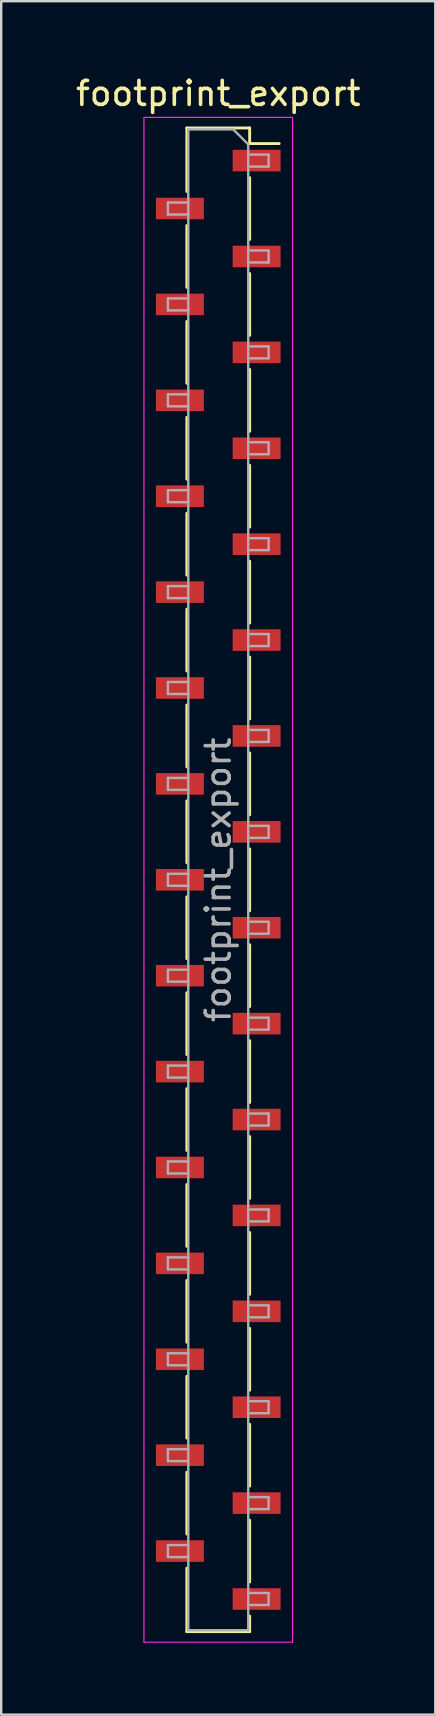
<source format=kicad_pcb>
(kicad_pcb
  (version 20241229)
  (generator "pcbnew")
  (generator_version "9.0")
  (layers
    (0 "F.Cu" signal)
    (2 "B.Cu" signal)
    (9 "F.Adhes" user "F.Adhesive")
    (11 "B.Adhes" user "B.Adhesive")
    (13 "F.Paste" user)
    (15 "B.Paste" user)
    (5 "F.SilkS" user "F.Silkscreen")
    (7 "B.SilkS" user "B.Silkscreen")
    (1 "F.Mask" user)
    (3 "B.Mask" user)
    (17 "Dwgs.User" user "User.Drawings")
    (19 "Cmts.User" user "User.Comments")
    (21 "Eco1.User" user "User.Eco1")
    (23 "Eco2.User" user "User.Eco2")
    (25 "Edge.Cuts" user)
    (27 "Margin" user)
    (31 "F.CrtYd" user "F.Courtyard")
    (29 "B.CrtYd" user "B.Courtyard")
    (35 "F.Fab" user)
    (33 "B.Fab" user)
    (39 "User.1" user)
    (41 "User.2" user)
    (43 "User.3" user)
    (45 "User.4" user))
  (footprint "footprint_export"
    (layer "F.Cu")
    (at 6.054 33.648)
    (property "Reference" "footprint_export" (at 0 -32.8 0) (layer "F.SilkS") (effects (font (size 1 1) (thickness 0.15))))
    (attr smd)
    (fp_line (start -1.31 -31.36) (end -1.31 -28.71) (stroke (width 0.12) (type solid)) (layer "F.SilkS"))
    (fp_line (start -1.31 -31.36) (end 1.31 -31.36) (stroke (width 0.12) (type solid)) (layer "F.SilkS"))
    (fp_line (start -1.31 -27.29) (end -1.31 -24.71) (stroke (width 0.12) (type solid)) (layer "F.SilkS"))
    (fp_line (start -1.31 -23.29) (end -1.31 -20.71) (stroke (width 0.12) (type solid)) (layer "F.SilkS"))
    (fp_line (start -1.31 -19.29) (end -1.31 -16.71) (stroke (width 0.12) (type solid)) (layer "F.SilkS"))
    (fp_line (start -1.31 -15.29) (end -1.31 -12.71) (stroke (width 0.12) (type solid)) (layer "F.SilkS"))
    (fp_line (start -1.31 -11.29) (end -1.31 -8.71) (stroke (width 0.12) (type solid)) (layer "F.SilkS"))
    (fp_line (start -1.31 -7.29) (end -1.31 -4.71) (stroke (width 0.12) (type solid)) (layer "F.SilkS"))
    (fp_line (start -1.31 -3.29) (end -1.31 -0.71) (stroke (width 0.12) (type solid)) (layer "F.SilkS"))
    (fp_line (start -1.31 0.71) (end -1.31 3.29) (stroke (width 0.12) (type solid)) (layer "F.SilkS"))
    (fp_line (start -1.31 4.71) (end -1.31 7.29) (stroke (width 0.12) (type solid)) (layer "F.SilkS"))
    (fp_line (start -1.31 8.71) (end -1.31 11.29) (stroke (width 0.12) (type solid)) (layer "F.SilkS"))
    (fp_line (start -1.31 12.71) (end -1.31 15.29) (stroke (width 0.12) (type solid)) (layer "F.SilkS"))
    (fp_line (start -1.31 16.71) (end -1.31 19.29) (stroke (width 0.12) (type solid)) (layer "F.SilkS"))
    (fp_line (start -1.31 20.71) (end -1.31 23.29) (stroke (width 0.12) (type solid)) (layer "F.SilkS"))
    (fp_line (start -1.31 24.71) (end -1.31 27.29) (stroke (width 0.12) (type solid)) (layer "F.SilkS"))
    (fp_line (start -1.31 28.71) (end -1.31 31.36) (stroke (width 0.12) (type solid)) (layer "F.SilkS"))
    (fp_line (start -1.31 31.36) (end 1.31 31.36) (stroke (width 0.12) (type solid)) (layer "F.SilkS"))
    (fp_line (start 1.31 -31.36) (end 1.31 -30.71) (stroke (width 0.12) (type solid)) (layer "F.SilkS"))
    (fp_line (start 1.31 -30.71) (end 2.54 -30.71) (stroke (width 0.12) (type solid)) (layer "F.SilkS"))
    (fp_line (start 1.31 -29.29) (end 1.31 -26.71) (stroke (width 0.12) (type solid)) (layer "F.SilkS"))
    (fp_line (start 1.31 -25.29) (end 1.31 -22.71) (stroke (width 0.12) (type solid)) (layer "F.SilkS"))
    (fp_line (start 1.31 -21.29) (end 1.31 -18.71) (stroke (width 0.12) (type solid)) (layer "F.SilkS"))
    (fp_line (start 1.31 -17.29) (end 1.31 -14.71) (stroke (width 0.12) (type solid)) (layer "F.SilkS"))
    (fp_line (start 1.31 -13.29) (end 1.31 -10.71) (stroke (width 0.12) (type solid)) (layer "F.SilkS"))
    (fp_line (start 1.31 -9.29) (end 1.31 -6.71) (stroke (width 0.12) (type solid)) (layer "F.SilkS"))
    (fp_line (start 1.31 -5.29) (end 1.31 -2.71) (stroke (width 0.12) (type solid)) (layer "F.SilkS"))
    (fp_line (start 1.31 -1.29) (end 1.31 1.29) (stroke (width 0.12) (type solid)) (layer "F.SilkS"))
    (fp_line (start 1.31 2.71) (end 1.31 5.29) (stroke (width 0.12) (type solid)) (layer "F.SilkS"))
    (fp_line (start 1.31 6.71) (end 1.31 9.29) (stroke (width 0.12) (type solid)) (layer "F.SilkS"))
    (fp_line (start 1.31 10.71) (end 1.31 13.29) (stroke (width 0.12) (type solid)) (layer "F.SilkS"))
    (fp_line (start 1.31 14.71) (end 1.31 17.29) (stroke (width 0.12) (type solid)) (layer "F.SilkS"))
    (fp_line (start 1.31 18.71) (end 1.31 21.29) (stroke (width 0.12) (type solid)) (layer "F.SilkS"))
    (fp_line (start 1.31 22.71) (end 1.31 25.29) (stroke (width 0.12) (type solid)) (layer "F.SilkS"))
    (fp_line (start 1.31 26.71) (end 1.31 29.29) (stroke (width 0.12) (type solid)) (layer "F.SilkS"))
    (fp_line (start 1.31 30.71) (end 1.31 31.36) (stroke (width 0.12) (type solid)) (layer "F.SilkS"))
    (fp_line (start -3.1 -31.8) (end 3.1 -31.8) (stroke (width 0.05) (type solid)) (layer "F.CrtYd"))
    (fp_line (start -3.1 31.8) (end -3.1 -31.8) (stroke (width 0.05) (type solid)) (layer "F.CrtYd"))
    (fp_line (start 3.1 -31.8) (end 3.1 31.8) (stroke (width 0.05) (type solid)) (layer "F.CrtYd"))
    (fp_line (start 3.1 31.8) (end -3.1 31.8) (stroke (width 0.05) (type solid)) (layer "F.CrtYd"))
    (fp_line (start -2.1 -28.25) (end -1.25 -28.25) (stroke (width 0.1) (type solid)) (layer "F.Fab"))
    (fp_line (start -2.1 -27.75) (end -2.1 -28.25) (stroke (width 0.1) (type solid)) (layer "F.Fab"))
    (fp_line (start -2.1 -24.25) (end -1.25 -24.25) (stroke (width 0.1) (type solid)) (layer "F.Fab"))
    (fp_line (start -2.1 -23.75) (end -2.1 -24.25) (stroke (width 0.1) (type solid)) (layer "F.Fab"))
    (fp_line (start -2.1 -20.25) (end -1.25 -20.25) (stroke (width 0.1) (type solid)) (layer "F.Fab"))
    (fp_line (start -2.1 -19.75) (end -2.1 -20.25) (stroke (width 0.1) (type solid)) (layer "F.Fab"))
    (fp_line (start -2.1 -16.25) (end -1.25 -16.25) (stroke (width 0.1) (type solid)) (layer "F.Fab"))
    (fp_line (start -2.1 -15.75) (end -2.1 -16.25) (stroke (width 0.1) (type solid)) (layer "F.Fab"))
    (fp_line (start -2.1 -12.25) (end -1.25 -12.25) (stroke (width 0.1) (type solid)) (layer "F.Fab"))
    (fp_line (start -2.1 -11.75) (end -2.1 -12.25) (stroke (width 0.1) (type solid)) (layer "F.Fab"))
    (fp_line (start -2.1 -8.25) (end -1.25 -8.25) (stroke (width 0.1) (type solid)) (layer "F.Fab"))
    (fp_line (start -2.1 -7.75) (end -2.1 -8.25) (stroke (width 0.1) (type solid)) (layer "F.Fab"))
    (fp_line (start -2.1 -4.25) (end -1.25 -4.25) (stroke (width 0.1) (type solid)) (layer "F.Fab"))
    (fp_line (start -2.1 -3.75) (end -2.1 -4.25) (stroke (width 0.1) (type solid)) (layer "F.Fab"))
    (fp_line (start -2.1 -0.25) (end -1.25 -0.25) (stroke (width 0.1) (type solid)) (layer "F.Fab"))
    (fp_line (start -2.1 0.25) (end -2.1 -0.25) (stroke (width 0.1) (type solid)) (layer "F.Fab"))
    (fp_line (start -2.1 3.75) (end -1.25 3.75) (stroke (width 0.1) (type solid)) (layer "F.Fab"))
    (fp_line (start -2.1 4.25) (end -2.1 3.75) (stroke (width 0.1) (type solid)) (layer "F.Fab"))
    (fp_line (start -2.1 7.75) (end -1.25 7.75) (stroke (width 0.1) (type solid)) (layer "F.Fab"))
    (fp_line (start -2.1 8.25) (end -2.1 7.75) (stroke (width 0.1) (type solid)) (layer "F.Fab"))
    (fp_line (start -2.1 11.75) (end -1.25 11.75) (stroke (width 0.1) (type solid)) (layer "F.Fab"))
    (fp_line (start -2.1 12.25) (end -2.1 11.75) (stroke (width 0.1) (type solid)) (layer "F.Fab"))
    (fp_line (start -2.1 15.75) (end -1.25 15.75) (stroke (width 0.1) (type solid)) (layer "F.Fab"))
    (fp_line (start -2.1 16.25) (end -2.1 15.75) (stroke (width 0.1) (type solid)) (layer "F.Fab"))
    (fp_line (start -2.1 19.75) (end -1.25 19.75) (stroke (width 0.1) (type solid)) (layer "F.Fab"))
    (fp_line (start -2.1 20.25) (end -2.1 19.75) (stroke (width 0.1) (type solid)) (layer "F.Fab"))
    (fp_line (start -2.1 23.75) (end -1.25 23.75) (stroke (width 0.1) (type solid)) (layer "F.Fab"))
    (fp_line (start -2.1 24.25) (end -2.1 23.75) (stroke (width 0.1) (type solid)) (layer "F.Fab"))
    (fp_line (start -2.1 27.75) (end -1.25 27.75) (stroke (width 0.1) (type solid)) (layer "F.Fab"))
    (fp_line (start -2.1 28.25) (end -2.1 27.75) (stroke (width 0.1) (type solid)) (layer "F.Fab"))
    (fp_line (start -1.25 -31.3) (end 0.625 -31.3) (stroke (width 0.1) (type solid)) (layer "F.Fab"))
    (fp_line (start -1.25 -27.75) (end -2.1 -27.75) (stroke (width 0.1) (type solid)) (layer "F.Fab"))
    (fp_line (start -1.25 -23.75) (end -2.1 -23.75) (stroke (width 0.1) (type solid)) (layer "F.Fab"))
    (fp_line (start -1.25 -19.75) (end -2.1 -19.75) (stroke (width 0.1) (type solid)) (layer "F.Fab"))
    (fp_line (start -1.25 -15.75) (end -2.1 -15.75) (stroke (width 0.1) (type solid)) (layer "F.Fab"))
    (fp_line (start -1.25 -11.75) (end -2.1 -11.75) (stroke (width 0.1) (type solid)) (layer "F.Fab"))
    (fp_line (start -1.25 -7.75) (end -2.1 -7.75) (stroke (width 0.1) (type solid)) (layer "F.Fab"))
    (fp_line (start -1.25 -3.75) (end -2.1 -3.75) (stroke (width 0.1) (type solid)) (layer "F.Fab"))
    (fp_line (start -1.25 0.25) (end -2.1 0.25) (stroke (width 0.1) (type solid)) (layer "F.Fab"))
    (fp_line (start -1.25 4.25) (end -2.1 4.25) (stroke (width 0.1) (type solid)) (layer "F.Fab"))
    (fp_line (start -1.25 8.25) (end -2.1 8.25) (stroke (width 0.1) (type solid)) (layer "F.Fab"))
    (fp_line (start -1.25 12.25) (end -2.1 12.25) (stroke (width 0.1) (type solid)) (layer "F.Fab"))
    (fp_line (start -1.25 16.25) (end -2.1 16.25) (stroke (width 0.1) (type solid)) (layer "F.Fab"))
    (fp_line (start -1.25 20.25) (end -2.1 20.25) (stroke (width 0.1) (type solid)) (layer "F.Fab"))
    (fp_line (start -1.25 24.25) (end -2.1 24.25) (stroke (width 0.1) (type solid)) (layer "F.Fab"))
    (fp_line (start -1.25 28.25) (end -2.1 28.25) (stroke (width 0.1) (type solid)) (layer "F.Fab"))
    (fp_line (start -1.25 31.3) (end -1.25 -31.3) (stroke (width 0.1) (type solid)) (layer "F.Fab"))
    (fp_line (start 0.625 -31.3) (end 1.25 -30.675) (stroke (width 0.1) (type solid)) (layer "F.Fab"))
    (fp_line (start 1.25 -30.675) (end 1.25 31.3) (stroke (width 0.1) (type solid)) (layer "F.Fab"))
    (fp_line (start 1.25 -30.25) (end 2.1 -30.25) (stroke (width 0.1) (type solid)) (layer "F.Fab"))
    (fp_line (start 1.25 -26.25) (end 2.1 -26.25) (stroke (width 0.1) (type solid)) (layer "F.Fab"))
    (fp_line (start 1.25 -22.25) (end 2.1 -22.25) (stroke (width 0.1) (type solid)) (layer "F.Fab"))
    (fp_line (start 1.25 -18.25) (end 2.1 -18.25) (stroke (width 0.1) (type solid)) (layer "F.Fab"))
    (fp_line (start 1.25 -14.25) (end 2.1 -14.25) (stroke (width 0.1) (type solid)) (layer "F.Fab"))
    (fp_line (start 1.25 -10.25) (end 2.1 -10.25) (stroke (width 0.1) (type solid)) (layer "F.Fab"))
    (fp_line (start 1.25 -6.25) (end 2.1 -6.25) (stroke (width 0.1) (type solid)) (layer "F.Fab"))
    (fp_line (start 1.25 -2.25) (end 2.1 -2.25) (stroke (width 0.1) (type solid)) (layer "F.Fab"))
    (fp_line (start 1.25 1.75) (end 2.1 1.75) (stroke (width 0.1) (type solid)) (layer "F.Fab"))
    (fp_line (start 1.25 5.75) (end 2.1 5.75) (stroke (width 0.1) (type solid)) (layer "F.Fab"))
    (fp_line (start 1.25 9.75) (end 2.1 9.75) (stroke (width 0.1) (type solid)) (layer "F.Fab"))
    (fp_line (start 1.25 13.75) (end 2.1 13.75) (stroke (width 0.1) (type solid)) (layer "F.Fab"))
    (fp_line (start 1.25 17.75) (end 2.1 17.75) (stroke (width 0.1) (type solid)) (layer "F.Fab"))
    (fp_line (start 1.25 21.75) (end 2.1 21.75) (stroke (width 0.1) (type solid)) (layer "F.Fab"))
    (fp_line (start 1.25 25.75) (end 2.1 25.75) (stroke (width 0.1) (type solid)) (layer "F.Fab"))
    (fp_line (start 1.25 29.75) (end 2.1 29.75) (stroke (width 0.1) (type solid)) (layer "F.Fab"))
    (fp_line (start 1.25 31.3) (end -1.25 31.3) (stroke (width 0.1) (type solid)) (layer "F.Fab"))
    (fp_line (start 2.1 -30.25) (end 2.1 -29.75) (stroke (width 0.1) (type solid)) (layer "F.Fab"))
    (fp_line (start 2.1 -29.75) (end 1.25 -29.75) (stroke (width 0.1) (type solid)) (layer "F.Fab"))
    (fp_line (start 2.1 -26.25) (end 2.1 -25.75) (stroke (width 0.1) (type solid)) (layer "F.Fab"))
    (fp_line (start 2.1 -25.75) (end 1.25 -25.75) (stroke (width 0.1) (type solid)) (layer "F.Fab"))
    (fp_line (start 2.1 -22.25) (end 2.1 -21.75) (stroke (width 0.1) (type solid)) (layer "F.Fab"))
    (fp_line (start 2.1 -21.75) (end 1.25 -21.75) (stroke (width 0.1) (type solid)) (layer "F.Fab"))
    (fp_line (start 2.1 -18.25) (end 2.1 -17.75) (stroke (width 0.1) (type solid)) (layer "F.Fab"))
    (fp_line (start 2.1 -17.75) (end 1.25 -17.75) (stroke (width 0.1) (type solid)) (layer "F.Fab"))
    (fp_line (start 2.1 -14.25) (end 2.1 -13.75) (stroke (width 0.1) (type solid)) (layer "F.Fab"))
    (fp_line (start 2.1 -13.75) (end 1.25 -13.75) (stroke (width 0.1) (type solid)) (layer "F.Fab"))
    (fp_line (start 2.1 -10.25) (end 2.1 -9.75) (stroke (width 0.1) (type solid)) (layer "F.Fab"))
    (fp_line (start 2.1 -9.75) (end 1.25 -9.75) (stroke (width 0.1) (type solid)) (layer "F.Fab"))
    (fp_line (start 2.1 -6.25) (end 2.1 -5.75) (stroke (width 0.1) (type solid)) (layer "F.Fab"))
    (fp_line (start 2.1 -5.75) (end 1.25 -5.75) (stroke (width 0.1) (type solid)) (layer "F.Fab"))
    (fp_line (start 2.1 -2.25) (end 2.1 -1.75) (stroke (width 0.1) (type solid)) (layer "F.Fab"))
    (fp_line (start 2.1 -1.75) (end 1.25 -1.75) (stroke (width 0.1) (type solid)) (layer "F.Fab"))
    (fp_line (start 2.1 1.75) (end 2.1 2.25) (stroke (width 0.1) (type solid)) (layer "F.Fab"))
    (fp_line (start 2.1 2.25) (end 1.25 2.25) (stroke (width 0.1) (type solid)) (layer "F.Fab"))
    (fp_line (start 2.1 5.75) (end 2.1 6.25) (stroke (width 0.1) (type solid)) (layer "F.Fab"))
    (fp_line (start 2.1 6.25) (end 1.25 6.25) (stroke (width 0.1) (type solid)) (layer "F.Fab"))
    (fp_line (start 2.1 9.75) (end 2.1 10.25) (stroke (width 0.1) (type solid)) (layer "F.Fab"))
    (fp_line (start 2.1 10.25) (end 1.25 10.25) (stroke (width 0.1) (type solid)) (layer "F.Fab"))
    (fp_line (start 2.1 13.75) (end 2.1 14.25) (stroke (width 0.1) (type solid)) (layer "F.Fab"))
    (fp_line (start 2.1 14.25) (end 1.25 14.25) (stroke (width 0.1) (type solid)) (layer "F.Fab"))
    (fp_line (start 2.1 17.75) (end 2.1 18.25) (stroke (width 0.1) (type solid)) (layer "F.Fab"))
    (fp_line (start 2.1 18.25) (end 1.25 18.25) (stroke (width 0.1) (type solid)) (layer "F.Fab"))
    (fp_line (start 2.1 21.75) (end 2.1 22.25) (stroke (width 0.1) (type solid)) (layer "F.Fab"))
    (fp_line (start 2.1 22.25) (end 1.25 22.25) (stroke (width 0.1) (type solid)) (layer "F.Fab"))
    (fp_line (start 2.1 25.75) (end 2.1 26.25) (stroke (width 0.1) (type solid)) (layer "F.Fab"))
    (fp_line (start 2.1 26.25) (end 1.25 26.25) (stroke (width 0.1) (type solid)) (layer "F.Fab"))
    (fp_line (start 2.1 29.75) (end 2.1 30.25) (stroke (width 0.1) (type solid)) (layer "F.Fab"))
    (fp_line (start 2.1 30.25) (end 1.25 30.25) (stroke (width 0.1) (type solid)) (layer "F.Fab"))
    (fp_text user "${REFERENCE}" (at 0 0 90) (layer "F.Fab") (effects (font (size 1 1) (thickness 0.15))))
    (pad "1" smd rect (at 1.6 -30) (size 2 0.9) (layers "F.Cu" "F.Mask" "F.Paste"))
    (pad "2" smd rect (at -1.6 -28) (size 2 0.9) (layers "F.Cu" "F.Mask" "F.Paste"))
    (pad "3" smd rect (at 1.6 -26) (size 2 0.9) (layers "F.Cu" "F.Mask" "F.Paste"))
    (pad "4" smd rect (at -1.6 -24) (size 2 0.9) (layers "F.Cu" "F.Mask" "F.Paste"))
    (pad "5" smd rect (at 1.6 -22) (size 2 0.9) (layers "F.Cu" "F.Mask" "F.Paste"))
    (pad "6" smd rect (at -1.6 -20) (size 2 0.9) (layers "F.Cu" "F.Mask" "F.Paste"))
    (pad "7" smd rect (at 1.6 -18) (size 2 0.9) (layers "F.Cu" "F.Mask" "F.Paste"))
    (pad "8" smd rect (at -1.6 -16) (size 2 0.9) (layers "F.Cu" "F.Mask" "F.Paste"))
    (pad "9" smd rect (at 1.6 -14) (size 2 0.9) (layers "F.Cu" "F.Mask" "F.Paste"))
    (pad "10" smd rect (at -1.6 -12) (size 2 0.9) (layers "F.Cu" "F.Mask" "F.Paste"))
    (pad "11" smd rect (at 1.6 -10) (size 2 0.9) (layers "F.Cu" "F.Mask" "F.Paste"))
    (pad "12" smd rect (at -1.6 -8) (size 2 0.9) (layers "F.Cu" "F.Mask" "F.Paste"))
    (pad "13" smd rect (at 1.6 -6) (size 2 0.9) (layers "F.Cu" "F.Mask" "F.Paste"))
    (pad "14" smd rect (at -1.6 -4) (size 2 0.9) (layers "F.Cu" "F.Mask" "F.Paste"))
    (pad "15" smd rect (at 1.6 -2) (size 2 0.9) (layers "F.Cu" "F.Mask" "F.Paste"))
    (pad "16" smd rect (at -1.6 0) (size 2 0.9) (layers "F.Cu" "F.Mask" "F.Paste"))
    (pad "17" smd rect (at 1.6 2) (size 2 0.9) (layers "F.Cu" "F.Mask" "F.Paste"))
    (pad "18" smd rect (at -1.6 4) (size 2 0.9) (layers "F.Cu" "F.Mask" "F.Paste"))
    (pad "19" smd rect (at 1.6 6) (size 2 0.9) (layers "F.Cu" "F.Mask" "F.Paste"))
    (pad "20" smd rect (at -1.6 8) (size 2 0.9) (layers "F.Cu" "F.Mask" "F.Paste"))
    (pad "21" smd rect (at 1.6 10) (size 2 0.9) (layers "F.Cu" "F.Mask" "F.Paste"))
    (pad "22" smd rect (at -1.6 12) (size 2 0.9) (layers "F.Cu" "F.Mask" "F.Paste"))
    (pad "23" smd rect (at 1.6 14) (size 2 0.9) (layers "F.Cu" "F.Mask" "F.Paste"))
    (pad "24" smd rect (at -1.6 16) (size 2 0.9) (layers "F.Cu" "F.Mask" "F.Paste"))
    (pad "25" smd rect (at 1.6 18) (size 2 0.9) (layers "F.Cu" "F.Mask" "F.Paste"))
    (pad "26" smd rect (at -1.6 20) (size 2 0.9) (layers "F.Cu" "F.Mask" "F.Paste"))
    (pad "27" smd rect (at 1.6 22) (size 2 0.9) (layers "F.Cu" "F.Mask" "F.Paste"))
    (pad "28" smd rect (at -1.6 24) (size 2 0.9) (layers "F.Cu" "F.Mask" "F.Paste"))
    (pad "29" smd rect (at 1.6 26) (size 2 0.9) (layers "F.Cu" "F.Mask" "F.Paste"))
    (pad "30" smd rect (at -1.6 28) (size 2 0.9) (layers "F.Cu" "F.Mask" "F.Paste"))
    (pad "31" smd rect (at 1.6 30) (size 2 0.9) (layers "F.Cu" "F.Mask" "F.Paste")))
  (gr_rect
    (start -3 -3)
    (end 15.107 68.473)
    (stroke (width 0.1) (type default))
    (fill no)
    (layer "Edge.Cuts")))
</source>
